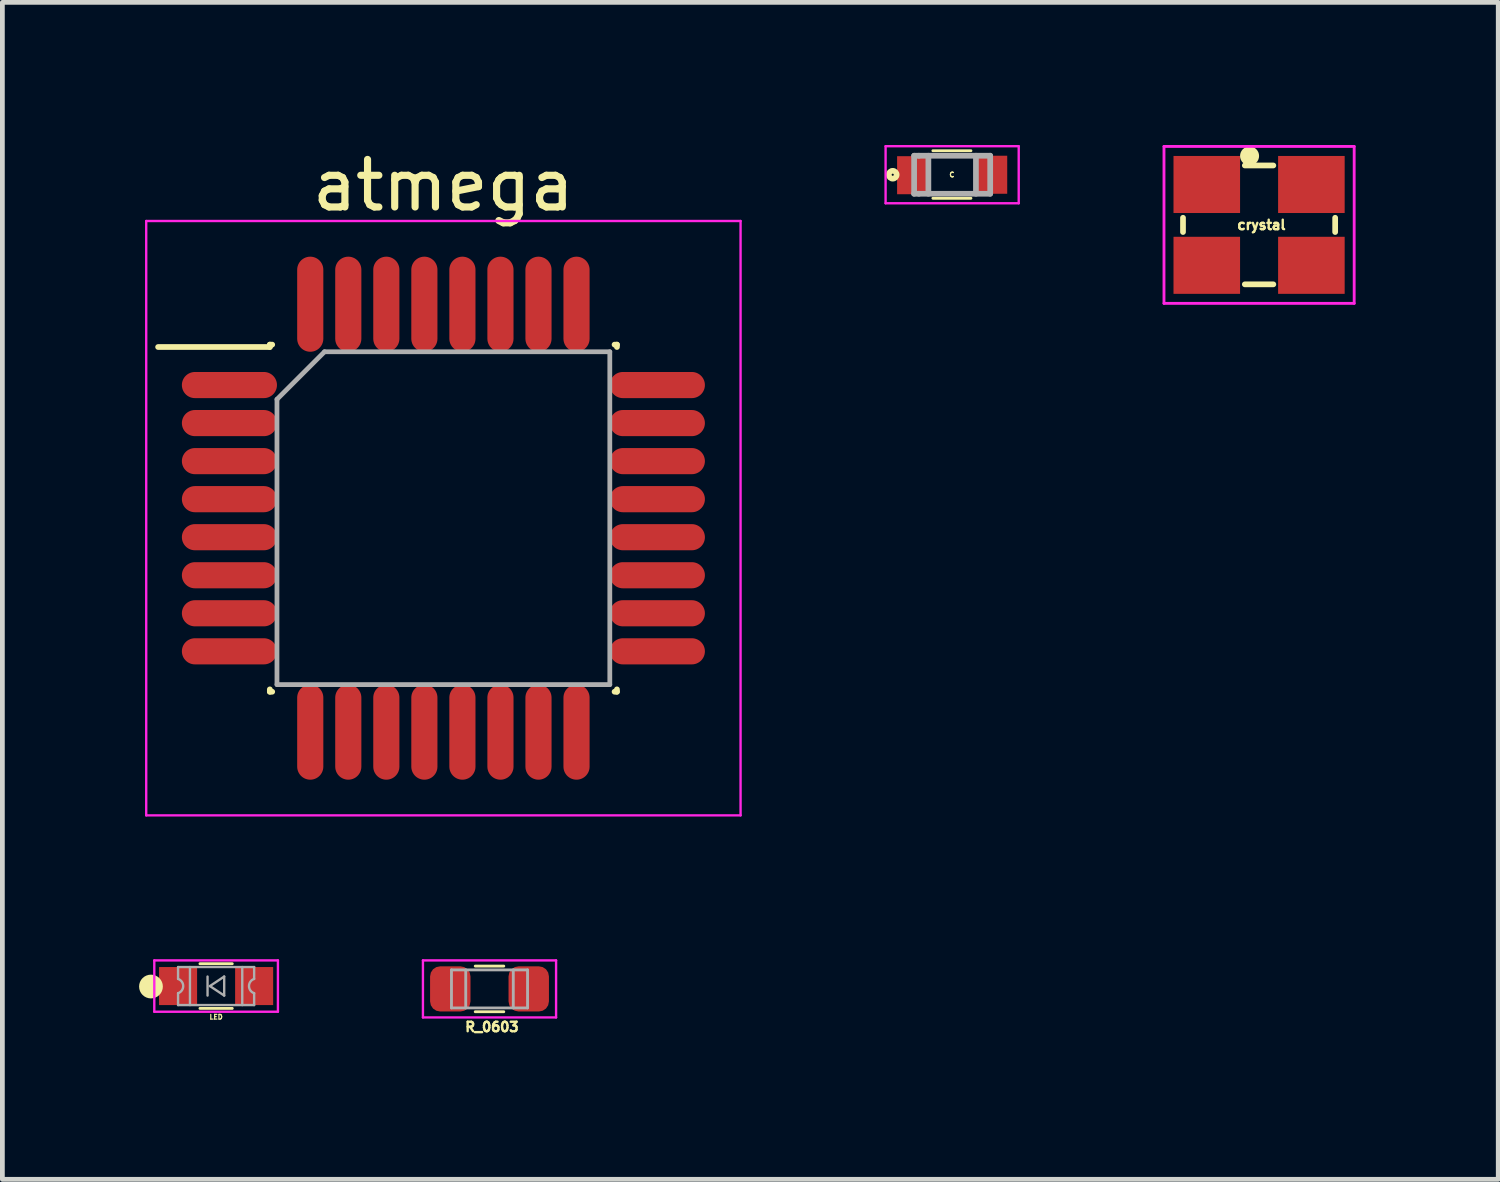
<source format=kicad_pcb>
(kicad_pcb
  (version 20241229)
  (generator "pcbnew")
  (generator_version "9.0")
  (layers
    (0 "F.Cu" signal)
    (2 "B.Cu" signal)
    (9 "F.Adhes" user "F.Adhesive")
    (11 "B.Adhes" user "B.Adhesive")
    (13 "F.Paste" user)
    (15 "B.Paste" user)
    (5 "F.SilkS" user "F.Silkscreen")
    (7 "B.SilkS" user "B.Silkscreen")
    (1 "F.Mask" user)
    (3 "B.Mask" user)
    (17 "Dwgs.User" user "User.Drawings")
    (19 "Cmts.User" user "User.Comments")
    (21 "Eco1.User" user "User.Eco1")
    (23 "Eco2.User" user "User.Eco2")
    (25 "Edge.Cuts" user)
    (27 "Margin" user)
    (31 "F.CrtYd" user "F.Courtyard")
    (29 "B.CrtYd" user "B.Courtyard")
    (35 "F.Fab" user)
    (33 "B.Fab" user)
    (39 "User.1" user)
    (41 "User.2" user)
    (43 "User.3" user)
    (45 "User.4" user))
  (footprint "LED"
    (layer "F.Cu")
    (at 1.495 17.688)
    (property "Reference" "LED" (at 0 0.65 0) (layer "F.SilkS") (effects (font (size 0.1 0.1) (thickness 0.025))))
    (attr through_hole)
    (fp_line (start -0.34 -0.47) (end 0.34 -0.47) (stroke (width 0.06) (type solid)) (layer "F.SilkS"))
    (fp_line (start -0.34 0.47) (end 0.34 0.47) (stroke (width 0.06) (type solid)) (layer "F.SilkS"))
    (fp_circle (center -1.37 0.01) (end -1.37 0.01) (stroke (width 0.25) (type solid)) (fill no) (layer "F.SilkS"))
    (fp_line (start -1.3 -0.54) (end -1.3 0.54) (stroke (width 0.05) (type solid)) (layer "F.CrtYd"))
    (fp_line (start -1.3 -0.54) (end 1.3 -0.54) (stroke (width 0.05) (type solid)) (layer "F.CrtYd"))
    (fp_line (start 1.3 -0.54) (end 1.3 0.54) (stroke (width 0.05) (type solid)) (layer "F.CrtYd"))
    (fp_line (start 1.3 0.54) (end -1.3 0.54) (stroke (width 0.05) (type solid)) (layer "F.CrtYd"))
    (fp_line (start -0.8 -0.4) (end 0.8 -0.4) (stroke (width 0.05) (type solid)) (layer "F.Fab"))
    (fp_line (start -0.8 -0.15) (end -0.8 -0.4) (stroke (width 0.05) (type solid)) (layer "F.Fab"))
    (fp_line (start -0.8 0.15) (end -0.8 0.4) (stroke (width 0.05) (type solid)) (layer "F.Fab"))
    (fp_line (start -0.55 0.4) (end -0.55 -0.4) (stroke (width 0.05) (type solid)) (layer "F.Fab"))
    (fp_line (start -0.18 0.2) (end -0.18 -0.2) (stroke (width 0.05) (type solid)) (layer "F.Fab"))
    (fp_line (start -0.13 0) (end 0.17 0.2) (stroke (width 0.05) (type solid)) (layer "F.Fab"))
    (fp_line (start 0.17 -0.2) (end -0.13 0) (stroke (width 0.05) (type solid)) (layer "F.Fab"))
    (fp_line (start 0.17 0.2) (end 0.17 -0.2) (stroke (width 0.05) (type solid)) (layer "F.Fab"))
    (fp_line (start 0.55 -0.4) (end 0.55 0.4) (stroke (width 0.05) (type solid)) (layer "F.Fab"))
    (fp_line (start 0.8 -0.4) (end 0.8 -0.15) (stroke (width 0.05) (type solid)) (layer "F.Fab"))
    (fp_line (start 0.8 0.4) (end -0.8 0.4) (stroke (width 0.05) (type solid)) (layer "F.Fab"))
    (fp_line (start 0.8 0.4) (end 0.8 0.15) (stroke (width 0.05) (type solid)) (layer "F.Fab"))
    (fp_arc (start -0.800001 -0.149999) (mid -0.691887 -0.000042) (end -0.799921 0.149972) (stroke (width 0.05) (type solid)) (layer "F.Fab"))
    (fp_arc (start 0.79992 0.149971) (mid 0.691887 -0.000043) (end 0.8 -0.15) (stroke (width 0.05) (type solid)) (layer "F.Fab"))
    (pad "1" smd rect (at -0.8 0) (size 0.8 0.8) (layers "F.Cu" "F.Mask" "F.Paste"))
    (pad "2" smd rect (at 0.8 0) (size 0.8 0.8) (layers "F.Cu" "F.Mask" "F.Paste")))
  (footprint "atmega"
    (layer "F.Cu")
    (at 6.275 7.848)
    (property "Reference" "atmega" (at 0 -7 0) (layer "F.SilkS") (effects (font (size 1 1) (thickness 0.15))))
    (attr smd)
    (fp_line (start -3.65 -3.65) (end -3.65 -3.6) (stroke (width 0.12) (type solid)) (layer "F.SilkS"))
    (fp_line (start -3.65 -3.6) (end -6 -3.6) (stroke (width 0.12) (type solid)) (layer "F.SilkS"))
    (fp_line (start -3.65 3.65) (end -3.65 3.6) (stroke (width 0.12) (type solid)) (layer "F.SilkS"))
    (fp_line (start -3.6 -3.65) (end -3.65 -3.65) (stroke (width 0.12) (type solid)) (layer "F.SilkS"))
    (fp_line (start -3.6 3.65) (end -3.65 3.65) (stroke (width 0.12) (type solid)) (layer "F.SilkS"))
    (fp_line (start 3.6 -3.65) (end 3.65 -3.65) (stroke (width 0.12) (type solid)) (layer "F.SilkS"))
    (fp_line (start 3.6 3.65) (end 3.65 3.65) (stroke (width 0.12) (type solid)) (layer "F.SilkS"))
    (fp_line (start 3.65 -3.65) (end 3.65 -3.6) (stroke (width 0.12) (type solid)) (layer "F.SilkS"))
    (fp_line (start 3.65 3.65) (end 3.65 3.6) (stroke (width 0.12) (type solid)) (layer "F.SilkS"))
    (fp_line (start -6.25 -6.25) (end 6.25 -6.25) (stroke (width 0.05) (type solid)) (layer "F.CrtYd"))
    (fp_line (start -6.25 6.25) (end -6.25 -6.25) (stroke (width 0.05) (type solid)) (layer "F.CrtYd"))
    (fp_line (start 6.25 -6.25) (end 6.25 6.25) (stroke (width 0.05) (type solid)) (layer "F.CrtYd"))
    (fp_line (start 6.25 6.25) (end -6.25 6.25) (stroke (width 0.05) (type solid)) (layer "F.CrtYd"))
    (fp_line (start -3.5 -2.5) (end -3.5 3.5) (stroke (width 0.1) (type solid)) (layer "F.Fab"))
    (fp_line (start -3.5 3.5) (end 3.5 3.5) (stroke (width 0.1) (type solid)) (layer "F.Fab"))
    (fp_line (start -2.5 -3.5) (end -3.5 -2.5) (stroke (width 0.1) (type solid)) (layer "F.Fab"))
    (fp_line (start 3.5 -3.5) (end -2.5 -3.5) (stroke (width 0.1) (type solid)) (layer "F.Fab"))
    (fp_line (start 3.5 3.5) (end 3.5 -3.5) (stroke (width 0.1) (type solid)) (layer "F.Fab"))
    (pad "1" smd oval (at -4.5 -2.8 90) (size 0.55 2) (layers "F.Cu" "F.Mask" "F.Paste"))
    (pad "2" smd oval (at -4.5 -2 90) (size 0.55 2) (layers "F.Cu" "F.Mask" "F.Paste"))
    (pad "3" smd oval (at -4.5 -1.2 90) (size 0.55 2) (layers "F.Cu" "F.Mask" "F.Paste"))
    (pad "4" smd oval (at -4.5 -0.4 90) (size 0.55 2) (layers "F.Cu" "F.Mask" "F.Paste"))
    (pad "5" smd oval (at -4.5 0.4 90) (size 0.55 2) (layers "F.Cu" "F.Mask" "F.Paste"))
    (pad "6" smd oval (at -4.5 1.2 90) (size 0.55 2) (layers "F.Cu" "F.Mask" "F.Paste"))
    (pad "7" smd oval (at -4.5 2 90) (size 0.55 2) (layers "F.Cu" "F.Mask" "F.Paste"))
    (pad "8" smd oval (at -4.5 2.8 90) (size 0.55 2) (layers "F.Cu" "F.Mask" "F.Paste"))
    (pad "9" smd oval (at -2.8 4.5) (size 0.55 2) (layers "F.Cu" "F.Mask" "F.Paste"))
    (pad "10" smd oval (at -2 4.5) (size 0.55 2) (layers "F.Cu" "F.Mask" "F.Paste"))
    (pad "11" smd oval (at -1.2 4.5) (size 0.55 2) (layers "F.Cu" "F.Mask" "F.Paste"))
    (pad "12" smd oval (at -0.4 4.5) (size 0.55 2) (layers "F.Cu" "F.Mask" "F.Paste"))
    (pad "13" smd oval (at 0.4 4.5) (size 0.55 2) (layers "F.Cu" "F.Mask" "F.Paste"))
    (pad "14" smd oval (at 1.2 4.5) (size 0.55 2) (layers "F.Cu" "F.Mask" "F.Paste"))
    (pad "15" smd oval (at 2 4.5) (size 0.55 2) (layers "F.Cu" "F.Mask" "F.Paste"))
    (pad "16" smd oval (at 2.8 4.5) (size 0.55 2) (layers "F.Cu" "F.Mask" "F.Paste"))
    (pad "17" smd oval (at 4.5 2.8 90) (size 0.55 2) (layers "F.Cu" "F.Mask" "F.Paste"))
    (pad "18" smd oval (at 4.5 2 90) (size 0.55 2) (layers "F.Cu" "F.Mask" "F.Paste"))
    (pad "19" smd oval (at 4.5 1.2 90) (size 0.55 2) (layers "F.Cu" "F.Mask" "F.Paste"))
    (pad "20" smd oval (at 4.5 0.4 90) (size 0.55 2) (layers "F.Cu" "F.Mask" "F.Paste"))
    (pad "21" smd oval (at 4.5 -0.4 90) (size 0.55 2) (layers "F.Cu" "F.Mask" "F.Paste"))
    (pad "22" smd oval (at 4.5 -1.2 90) (size 0.55 2) (layers "F.Cu" "F.Mask" "F.Paste"))
    (pad "23" smd oval (at 4.5 -2 90) (size 0.55 2) (layers "F.Cu" "F.Mask" "F.Paste"))
    (pad "24" smd oval (at 4.5 -2.8 90) (size 0.55 2) (layers "F.Cu" "F.Mask" "F.Paste"))
    (pad "25" smd oval (at 2.8 -4.5) (size 0.55 2) (layers "F.Cu" "F.Mask" "F.Paste"))
    (pad "26" smd oval (at 2 -4.5) (size 0.55 2) (layers "F.Cu" "F.Mask" "F.Paste"))
    (pad "27" smd oval (at 1.2 -4.5) (size 0.55 2) (layers "F.Cu" "F.Mask" "F.Paste"))
    (pad "28" smd oval (at 0.4 -4.5) (size 0.55 2) (layers "F.Cu" "F.Mask" "F.Paste"))
    (pad "29" smd oval (at -0.4 -4.5) (size 0.55 2) (layers "F.Cu" "F.Mask" "F.Paste"))
    (pad "30" smd oval (at -1.2 -4.5) (size 0.55 2) (layers "F.Cu" "F.Mask" "F.Paste"))
    (pad "31" smd oval (at -2 -4.5) (size 0.55 2) (layers "F.Cu" "F.Mask" "F.Paste"))
    (pad "32" smd oval (at -2.8 -4.5) (size 0.55 2) (layers "F.Cu" "F.Mask" "F.Paste")))
  (footprint "C"
    (layer "F.Cu")
    (at 16.97 0.62)
    (property "Reference" "C" (at 0 0.005 0) (layer "F.SilkS") (effects (font (size 0.1 0.1) (thickness 0.025))))
    (attr through_hole)
    (fp_line (start -0.4 -0.5) (end 0.4 -0.5) (stroke (width 0.06) (type solid)) (layer "F.SilkS"))
    (fp_line (start -0.4 0.5) (end 0.4 0.5) (stroke (width 0.06) (type solid)) (layer "F.SilkS"))
    (fp_circle (center -1.245 0.005) (end -1.255 0.025) (stroke (width 0.12) (type solid)) (fill no) (layer "F.SilkS"))
    (fp_line (start -1.395 -0.595) (end 1.405 -0.595) (stroke (width 0.05) (type solid)) (layer "F.CrtYd"))
    (fp_line (start -1.395 0.605) (end -1.395 -0.595) (stroke (width 0.05) (type solid)) (layer "F.CrtYd"))
    (fp_line (start -1.395 0.605) (end 1.405 0.605) (stroke (width 0.05) (type solid)) (layer "F.CrtYd"))
    (fp_line (start 1.405 -0.595) (end 1.405 0.605) (stroke (width 0.05) (type solid)) (layer "F.CrtYd"))
    (fp_line (start -0.795 -0.395) (end -0.795 0.405) (stroke (width 0.12) (type solid)) (layer "F.Fab"))
    (fp_line (start -0.795 0.405) (end -0.695 0.405) (stroke (width 0.12) (type solid)) (layer "F.Fab"))
    (fp_line (start -0.695 -0.395) (end -0.795 -0.395) (stroke (width 0.12) (type solid)) (layer "F.Fab"))
    (fp_line (start -0.695 0.405) (end 0.805 0.405) (stroke (width 0.12) (type solid)) (layer "F.Fab"))
    (fp_line (start -0.495 0.405) (end -0.495 -0.395) (stroke (width 0.12) (type solid)) (layer "F.Fab"))
    (fp_line (start 0.505 -0.395) (end 0.505 0.405) (stroke (width 0.12) (type solid)) (layer "F.Fab"))
    (fp_line (start 0.805 -0.395) (end -0.695 -0.395) (stroke (width 0.12) (type solid)) (layer "F.Fab"))
    (fp_line (start 0.805 0.405) (end 0.805 -0.395) (stroke (width 0.12) (type solid)) (layer "F.Fab"))
    (pad "1" smd rect (at -0.825 0.015) (size 0.656 0.8) (layers "F.Cu" "F.Mask" "F.Paste"))
    (pad "2" smd rect (at 0.835 0.005) (size 0.656 0.8) (layers "F.Cu" "F.Mask" "F.Paste")))
  (footprint "crystal"
    (layer "F.Cu")
    (at 22.33 0.83)
    (property "Reference" "crystal" (at 1.15 0.85 0) (layer "F.SilkS") (effects (font (size 0.2 0.2) (thickness 0.05))))
    (attr through_hole)
    (fp_line (start -0.5 0.7) (end -0.5 1) (stroke (width 0.12) (type solid)) (layer "F.SilkS"))
    (fp_line (start 0.8 -0.4) (end 1.4 -0.4) (stroke (width 0.12) (type solid)) (layer "F.SilkS"))
    (fp_line (start 0.8 2.1) (end 1.4 2.1) (stroke (width 0.12) (type solid)) (layer "F.SilkS"))
    (fp_line (start 2.7 0.7) (end 2.7 1) (stroke (width 0.12) (type solid)) (layer "F.SilkS"))
    (fp_circle (center 0.9 -0.6) (end 0.9 -0.6) (stroke (width 0.2) (type solid)) (fill no) (layer "F.SilkS"))
    (fp_line (start -0.9 -0.8) (end -0.9 2.5) (stroke (width 0.06) (type solid)) (layer "F.CrtYd"))
    (fp_line (start -0.9 2.5) (end 3.1 2.5) (stroke (width 0.06) (type solid)) (layer "F.CrtYd"))
    (fp_line (start 3.1 -0.8) (end -0.9 -0.8) (stroke (width 0.06) (type solid)) (layer "F.CrtYd"))
    (fp_line (start 3.1 2.5) (end 3.1 -0.8) (stroke (width 0.06) (type solid)) (layer "F.CrtYd"))
    (pad "1" smd rect (at 2.2 0) (size 1.4 1.2) (layers "F.Cu" "F.Mask" "F.Paste"))
    (pad "2" smd rect (at 0 0) (size 1.4 1.2) (layers "F.Cu" "F.Mask" "F.Paste"))
    (pad "3" smd rect (at 0 1.7) (size 1.4 1.2) (layers "F.Cu" "F.Mask" "F.Paste"))
    (pad "4" smd rect (at 2.2 1.7) (size 1.4 1.2) (layers "F.Cu" "F.Mask" "F.Paste")))
  (footprint "R_0603"
    (layer "F.Cu")
    (at 7.245 17.748)
    (property "Reference" "R_0603" (at 0.05 0.8 0) (layer "F.SilkS") (effects (font (size 0.2 0.2) (thickness 0.05))))
    (attr through_hole)
    (fp_line (start -0.3 -0.48) (end 0.3 -0.48) (stroke (width 0.06) (type solid)) (layer "F.SilkS"))
    (fp_line (start -0.3 0.48) (end 0.3 0.48) (stroke (width 0.06) (type solid)) (layer "F.SilkS"))
    (fp_line (start -1.4 -0.6) (end 1.4 -0.6) (stroke (width 0.05) (type solid)) (layer "F.CrtYd"))
    (fp_line (start -1.4 0.6) (end -1.4 -0.6) (stroke (width 0.05) (type solid)) (layer "F.CrtYd"))
    (fp_line (start 1.4 -0.6) (end 1.4 0.6) (stroke (width 0.05) (type solid)) (layer "F.CrtYd"))
    (fp_line (start 1.4 0.6) (end -1.4 0.6) (stroke (width 0.05) (type solid)) (layer "F.CrtYd"))
    (fp_line (start -0.8 -0.4) (end 0.8 -0.4) (stroke (width 0.06) (type solid)) (layer "F.Fab"))
    (fp_line (start -0.8 0.4) (end -0.8 -0.4) (stroke (width 0.06) (type solid)) (layer "F.Fab"))
    (fp_line (start -0.5 0.4) (end -0.5 -0.4) (stroke (width 0.06) (type solid)) (layer "F.Fab"))
    (fp_line (start 0.5 0.4) (end 0.5 -0.4) (stroke (width 0.06) (type solid)) (layer "F.Fab"))
    (fp_line (start 0.8 -0.4) (end 0.8 0.4) (stroke (width 0.06) (type solid)) (layer "F.Fab"))
    (fp_line (start 0.8 0.4) (end -0.8 0.4) (stroke (width 0.06) (type solid)) (layer "F.Fab"))
    (pad "1" smd roundrect (at -0.825 0) (size 0.85 0.95) (layers "F.Cu" "F.Mask" "F.Paste") (roundrect_rratio 0.25))
    (pad "2" smd roundrect (at 0.825 0) (size 0.85 0.95) (layers "F.Cu" "F.Mask" "F.Paste") (roundrect_rratio 0.25)))
  (gr_rect
    (start -3 -3)
    (end 28.46 21.753)
    (stroke (width 0.1) (type default))
    (fill no)
    (layer "Edge.Cuts")))
</source>
